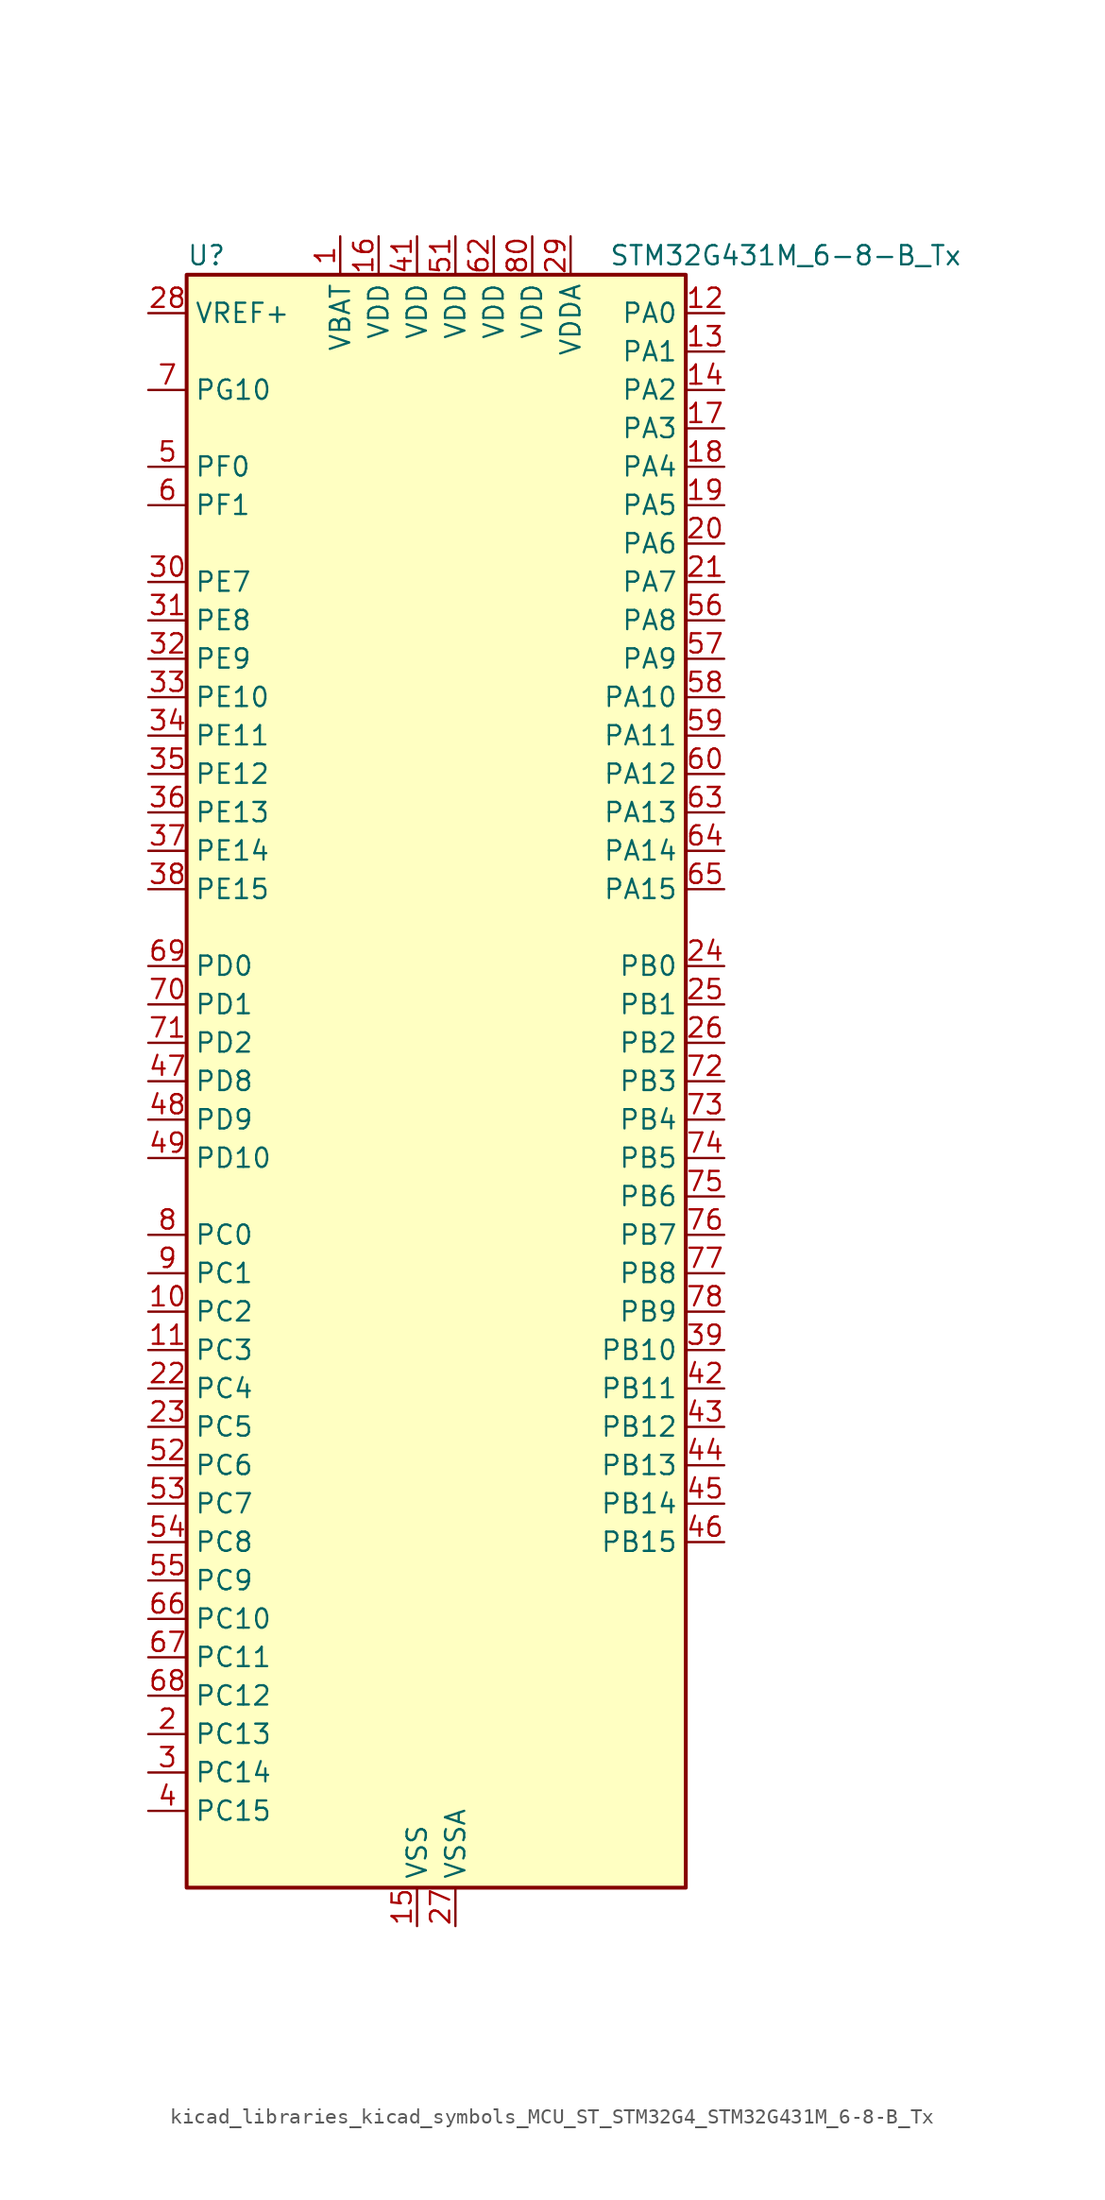
<source format=kicad_sym>
(kicad_symbol_lib
  (version 20220914)
  (generator kicad_symbol_editor)
  (symbol "kicad_libraries_kicad_symbols_MCU_ST_STM32G4_STM32G431M_6-8-B_Tx"
    (property "Reference" "U"
      (at -15.24 54.61 0)
      (effects (font (size 1.27 1.27)) (justify left)))
    (property "Value" "STM32G431M_6-8-B_Tx"
      (at 12.7 54.61 0)
      (effects (font (size 1.27 1.27)) (justify left)))
    (property "ki_locked" ""
      (at 0 0 0)
      (effects (font (size 1.27 1.27))))
    (symbol "kicad_libraries_kicad_symbols_MCU_ST_STM32G4_STM32G431M_6-8-B_Tx_0_1"
      (rectangle (start -15.24 -53.34) (end 17.78 53.34) (stroke (width 0.254) (type default)) (fill (type background))))
    (symbol "kicad_libraries_kicad_symbols_MCU_ST_STM32G4_STM32G431M_6-8-B_Tx_1_1"
      (pin power_in line (at -5.08 55.88 270) (length 2.54) (name "VBAT" (effects (font (size 1.27 1.27)))) (number "1" (effects (font (size 1.27 1.27)))))
      (pin bidirectional line (at -17.78 -15.24 0) (length 2.54) (name "PC2" (effects (font (size 1.27 1.27)))) (number "10" (effects (font (size 1.27 1.27)))) (alternate "ADC1_IN8" bidirectional line) (alternate "ADC2_IN8" bidirectional line) (alternate "COMP3_OUT" bidirectional line) (alternate "LPTIM1_IN2" bidirectional line) (alternate "TIM1_CH3" bidirectional line))
      (pin bidirectional line (at -17.78 -17.78 0) (length 2.54) (name "PC3" (effects (font (size 1.27 1.27)))) (number "11" (effects (font (size 1.27 1.27)))) (alternate "ADC1_IN9" bidirectional line) (alternate "ADC2_IN9" bidirectional line) (alternate "LPTIM1_ETR" bidirectional line) (alternate "SAI1_D1" bidirectional line) (alternate "SAI1_SD_A" bidirectional line) (alternate "TIM1_BKIN2" bidirectional line) (alternate "TIM1_CH4" bidirectional line))
      (pin bidirectional line (at 20.32 50.8 180) (length 2.54) (name "PA0" (effects (font (size 1.27 1.27)))) (number "12" (effects (font (size 1.27 1.27)))) (alternate "ADC1_IN1" bidirectional line) (alternate "ADC2_IN1" bidirectional line) (alternate "COMP1_INM" bidirectional line) (alternate "COMP1_OUT" bidirectional line) (alternate "COMP3_INP" bidirectional line) (alternate "RTC_TAMP2" bidirectional line) (alternate "SYS_WKUP1" bidirectional line) (alternate "TIM2_CH1" bidirectional line) (alternate "TIM2_ETR" bidirectional line) (alternate "TIM8_BKIN" bidirectional line) (alternate "TIM8_ETR" bidirectional line) (alternate "USART2_CTS" bidirectional line) (alternate "USART2_NSS" bidirectional line))
      (pin bidirectional line (at 20.32 48.26 180) (length 2.54) (name "PA1" (effects (font (size 1.27 1.27)))) (number "13" (effects (font (size 1.27 1.27)))) (alternate "ADC1_IN2" bidirectional line) (alternate "ADC2_IN2" bidirectional line) (alternate "COMP1_INP" bidirectional line) (alternate "OPAMP1_VINP" bidirectional line) (alternate "OPAMP1_VINP_SEC" bidirectional line) (alternate "OPAMP3_VINP" bidirectional line) (alternate "OPAMP3_VINP_SEC" bidirectional line) (alternate "RTC_REFIN" bidirectional line) (alternate "TIM15_CH1N" bidirectional line) (alternate "TIM2_CH2" bidirectional line) (alternate "USART2_DE" bidirectional line) (alternate "USART2_RTS" bidirectional line))
      (pin bidirectional line (at 20.32 45.72 180) (length 2.54) (name "PA2" (effects (font (size 1.27 1.27)))) (number "14" (effects (font (size 1.27 1.27)))) (alternate "ADC1_IN3" bidirectional line) (alternate "COMP2_INM" bidirectional line) (alternate "COMP2_OUT" bidirectional line) (alternate "LPUART1_TX" bidirectional line) (alternate "OPAMP1_VOUT" bidirectional line) (alternate "RCC_LSCO" bidirectional line) (alternate "SYS_WKUP4" bidirectional line) (alternate "TIM15_CH1" bidirectional line) (alternate "TIM2_CH3" bidirectional line) (alternate "UCPD1_FRSTX1" bidirectional line) (alternate "UCPD1_FRSTX2" bidirectional line) (alternate "USART2_TX" bidirectional line))
      (pin power_in line (at 0 -55.88 90) (length 2.54) (name "VSS" (effects (font (size 1.27 1.27)))) (number "15" (effects (font (size 1.27 1.27)))))
      (pin power_in line (at -2.54 55.88 270) (length 2.54) (name "VDD" (effects (font (size 1.27 1.27)))) (number "16" (effects (font (size 1.27 1.27)))))
      (pin bidirectional line (at 20.32 43.18 180) (length 2.54) (name "PA3" (effects (font (size 1.27 1.27)))) (number "17" (effects (font (size 1.27 1.27)))) (alternate "ADC1_IN4" bidirectional line) (alternate "COMP2_INP" bidirectional line) (alternate "LPUART1_RX" bidirectional line) (alternate "OPAMP1_VINM" bidirectional line) (alternate "OPAMP1_VINM0" bidirectional line) (alternate "OPAMP1_VINM_SEC" bidirectional line) (alternate "OPAMP1_VINP" bidirectional line) (alternate "OPAMP1_VINP_SEC" bidirectional line) (alternate "SAI1_CK1" bidirectional line) (alternate "SAI1_MCLK_A" bidirectional line) (alternate "TIM15_CH2" bidirectional line) (alternate "TIM2_CH4" bidirectional line) (alternate "USART2_RX" bidirectional line))
      (pin bidirectional line (at 20.32 40.64 180) (length 2.54) (name "PA4" (effects (font (size 1.27 1.27)))) (number "18" (effects (font (size 1.27 1.27)))) (alternate "ADC2_IN17" bidirectional line) (alternate "COMP1_INM" bidirectional line) (alternate "DAC1_OUT1" bidirectional line) (alternate "I2S3_WS" bidirectional line) (alternate "SAI1_FS_B" bidirectional line) (alternate "SPI1_NSS" bidirectional line) (alternate "SPI3_NSS" bidirectional line) (alternate "TIM3_CH2" bidirectional line) (alternate "USART2_CK" bidirectional line))
      (pin bidirectional line (at 20.32 38.1 180) (length 2.54) (name "PA5" (effects (font (size 1.27 1.27)))) (number "19" (effects (font (size 1.27 1.27)))) (alternate "ADC2_IN13" bidirectional line) (alternate "COMP2_INM" bidirectional line) (alternate "DAC1_OUT2" bidirectional line) (alternate "OPAMP2_VINM" bidirectional line) (alternate "OPAMP2_VINM0" bidirectional line) (alternate "OPAMP2_VINM_SEC" bidirectional line) (alternate "SPI1_SCK" bidirectional line) (alternate "TIM2_CH1" bidirectional line) (alternate "TIM2_ETR" bidirectional line) (alternate "UCPD1_FRSTX1" bidirectional line) (alternate "UCPD1_FRSTX2" bidirectional line))
      (pin bidirectional line (at -17.78 -43.18 0) (length 2.54) (name "PC13" (effects (font (size 1.27 1.27)))) (number "2" (effects (font (size 1.27 1.27)))) (alternate "RTC_OUT1" bidirectional line) (alternate "RTC_TAMP1" bidirectional line) (alternate "RTC_TS" bidirectional line) (alternate "SYS_WKUP2" bidirectional line) (alternate "TIM1_BKIN" bidirectional line) (alternate "TIM1_CH1N" bidirectional line) (alternate "TIM8_CH4N" bidirectional line))
      (pin bidirectional line (at 20.32 35.56 180) (length 2.54) (name "PA6" (effects (font (size 1.27 1.27)))) (number "20" (effects (font (size 1.27 1.27)))) (alternate "ADC2_IN3" bidirectional line) (alternate "COMP1_OUT" bidirectional line) (alternate "LPUART1_CTS" bidirectional line) (alternate "OPAMP2_VOUT" bidirectional line) (alternate "SPI1_MISO" bidirectional line) (alternate "TIM16_CH1" bidirectional line) (alternate "TIM1_BKIN" bidirectional line) (alternate "TIM3_CH1" bidirectional line) (alternate "TIM8_BKIN" bidirectional line))
      (pin bidirectional line (at 20.32 33.02 180) (length 2.54) (name "PA7" (effects (font (size 1.27 1.27)))) (number "21" (effects (font (size 1.27 1.27)))) (alternate "ADC2_IN4" bidirectional line) (alternate "COMP2_INP" bidirectional line) (alternate "COMP2_OUT" bidirectional line) (alternate "OPAMP1_VINP" bidirectional line) (alternate "OPAMP1_VINP_SEC" bidirectional line) (alternate "OPAMP2_VINP" bidirectional line) (alternate "OPAMP2_VINP_SEC" bidirectional line) (alternate "SPI1_MOSI" bidirectional line) (alternate "TIM17_CH1" bidirectional line) (alternate "TIM1_CH1N" bidirectional line) (alternate "TIM3_CH2" bidirectional line) (alternate "TIM8_CH1N" bidirectional line) (alternate "UCPD1_FRSTX1" bidirectional line) (alternate "UCPD1_FRSTX2" bidirectional line))
      (pin bidirectional line (at -17.78 -20.32 0) (length 2.54) (name "PC4" (effects (font (size 1.27 1.27)))) (number "22" (effects (font (size 1.27 1.27)))) (alternate "ADC2_IN5" bidirectional line) (alternate "I2C2_SCL" bidirectional line) (alternate "TIM1_ETR" bidirectional line) (alternate "USART1_TX" bidirectional line))
      (pin bidirectional line (at -17.78 -22.86 0) (length 2.54) (name "PC5" (effects (font (size 1.27 1.27)))) (number "23" (effects (font (size 1.27 1.27)))) (alternate "ADC2_IN11" bidirectional line) (alternate "OPAMP1_VINM" bidirectional line) (alternate "OPAMP1_VINM1" bidirectional line) (alternate "OPAMP1_VINM_SEC" bidirectional line) (alternate "OPAMP2_VINM" bidirectional line) (alternate "OPAMP2_VINM1" bidirectional line) (alternate "OPAMP2_VINM_SEC" bidirectional line) (alternate "SAI1_D3" bidirectional line) (alternate "SYS_WKUP5" bidirectional line) (alternate "TIM15_BKIN" bidirectional line) (alternate "TIM1_CH4N" bidirectional line) (alternate "USART1_RX" bidirectional line))
      (pin bidirectional line (at 20.32 7.62 180) (length 2.54) (name "PB0" (effects (font (size 1.27 1.27)))) (number "24" (effects (font (size 1.27 1.27)))) (alternate "ADC1_IN15" bidirectional line) (alternate "COMP4_INP" bidirectional line) (alternate "OPAMP2_VINP" bidirectional line) (alternate "OPAMP2_VINP_SEC" bidirectional line) (alternate "OPAMP3_VINP" bidirectional line) (alternate "OPAMP3_VINP_SEC" bidirectional line) (alternate "TIM1_CH2N" bidirectional line) (alternate "TIM3_CH3" bidirectional line) (alternate "TIM8_CH2N" bidirectional line) (alternate "UCPD1_FRSTX1" bidirectional line) (alternate "UCPD1_FRSTX2" bidirectional line))
      (pin bidirectional line (at 20.32 5.08 180) (length 2.54) (name "PB1" (effects (font (size 1.27 1.27)))) (number "25" (effects (font (size 1.27 1.27)))) (alternate "ADC1_IN12" bidirectional line) (alternate "COMP1_INP" bidirectional line) (alternate "COMP4_OUT" bidirectional line) (alternate "LPUART1_DE" bidirectional line) (alternate "LPUART1_RTS" bidirectional line) (alternate "OPAMP3_VOUT" bidirectional line) (alternate "TIM1_CH3N" bidirectional line) (alternate "TIM3_CH4" bidirectional line) (alternate "TIM8_CH3N" bidirectional line))
      (pin bidirectional line (at 20.32 2.54 180) (length 2.54) (name "PB2" (effects (font (size 1.27 1.27)))) (number "26" (effects (font (size 1.27 1.27)))) (alternate "ADC2_IN12" bidirectional line) (alternate "COMP4_INM" bidirectional line) (alternate "I2C3_SMBA" bidirectional line) (alternate "LPTIM1_OUT" bidirectional line) (alternate "OPAMP3_VINM" bidirectional line) (alternate "OPAMP3_VINM0" bidirectional line) (alternate "OPAMP3_VINM_SEC" bidirectional line) (alternate "RTC_OUT2" bidirectional line))
      (pin power_in line (at 2.54 -55.88 90) (length 2.54) (name "VSSA" (effects (font (size 1.27 1.27)))) (number "27" (effects (font (size 1.27 1.27)))))
      (pin input line (at -17.78 50.8 0) (length 2.54) (name "VREF+" (effects (font (size 1.27 1.27)))) (number "28" (effects (font (size 1.27 1.27)))) (alternate "VREFBUF_OUT" bidirectional line))
      (pin power_in line (at 10.16 55.88 270) (length 2.54) (name "VDDA" (effects (font (size 1.27 1.27)))) (number "29" (effects (font (size 1.27 1.27)))))
      (pin bidirectional line (at -17.78 -45.72 0) (length 2.54) (name "PC14" (effects (font (size 1.27 1.27)))) (number "3" (effects (font (size 1.27 1.27)))) (alternate "RCC_OSC32_IN" bidirectional line))
      (pin bidirectional line (at -17.78 33.02 0) (length 2.54) (name "PE7" (effects (font (size 1.27 1.27)))) (number "30" (effects (font (size 1.27 1.27)))) (alternate "COMP4_INP" bidirectional line) (alternate "SAI1_SD_B" bidirectional line) (alternate "TIM1_ETR" bidirectional line))
      (pin bidirectional line (at -17.78 30.48 0) (length 2.54) (name "PE8" (effects (font (size 1.27 1.27)))) (number "31" (effects (font (size 1.27 1.27)))) (alternate "COMP4_INM" bidirectional line) (alternate "SAI1_SCK_B" bidirectional line) (alternate "TIM1_CH1N" bidirectional line))
      (pin bidirectional line (at -17.78 27.94 0) (length 2.54) (name "PE9" (effects (font (size 1.27 1.27)))) (number "32" (effects (font (size 1.27 1.27)))) (alternate "DAC1_EXTI9" bidirectional line) (alternate "DAC3_EXTI9" bidirectional line) (alternate "SAI1_FS_B" bidirectional line) (alternate "TIM1_CH1" bidirectional line))
      (pin bidirectional line (at -17.78 25.4 0) (length 2.54) (name "PE10" (effects (font (size 1.27 1.27)))) (number "33" (effects (font (size 1.27 1.27)))) (alternate "DAC1_EXTI10" bidirectional line) (alternate "DAC3_EXTI10" bidirectional line) (alternate "SAI1_MCLK_B" bidirectional line) (alternate "TIM1_CH2N" bidirectional line))
      (pin bidirectional line (at -17.78 22.86 0) (length 2.54) (name "PE11" (effects (font (size 1.27 1.27)))) (number "34" (effects (font (size 1.27 1.27)))) (alternate "ADC1_EXTI11" bidirectional line) (alternate "ADC2_EXTI11" bidirectional line) (alternate "TIM1_CH2" bidirectional line))
      (pin bidirectional line (at -17.78 20.32 0) (length 2.54) (name "PE12" (effects (font (size 1.27 1.27)))) (number "35" (effects (font (size 1.27 1.27)))) (alternate "TIM1_CH3N" bidirectional line))
      (pin bidirectional line (at -17.78 17.78 0) (length 2.54) (name "PE13" (effects (font (size 1.27 1.27)))) (number "36" (effects (font (size 1.27 1.27)))) (alternate "TIM1_CH3" bidirectional line))
      (pin bidirectional line (at -17.78 15.24 0) (length 2.54) (name "PE14" (effects (font (size 1.27 1.27)))) (number "37" (effects (font (size 1.27 1.27)))) (alternate "TIM1_BKIN2" bidirectional line) (alternate "TIM1_CH4" bidirectional line))
      (pin bidirectional line (at -17.78 12.7 0) (length 2.54) (name "PE15" (effects (font (size 1.27 1.27)))) (number "38" (effects (font (size 1.27 1.27)))) (alternate "ADC1_EXTI15" bidirectional line) (alternate "ADC2_EXTI15" bidirectional line) (alternate "TIM1_BKIN" bidirectional line) (alternate "TIM1_CH4N" bidirectional line) (alternate "USART3_RX" bidirectional line))
      (pin bidirectional line (at 20.32 -17.78 180) (length 2.54) (name "PB10" (effects (font (size 1.27 1.27)))) (number "39" (effects (font (size 1.27 1.27)))) (alternate "DAC1_EXTI10" bidirectional line) (alternate "DAC3_EXTI10" bidirectional line) (alternate "LPUART1_RX" bidirectional line) (alternate "OPAMP3_VINM" bidirectional line) (alternate "OPAMP3_VINM1" bidirectional line) (alternate "OPAMP3_VINM_SEC" bidirectional line) (alternate "SAI1_SCK_A" bidirectional line) (alternate "TIM1_BKIN" bidirectional line) (alternate "TIM2_CH3" bidirectional line) (alternate "USART3_TX" bidirectional line))
      (pin bidirectional line (at -17.78 -48.26 0) (length 2.54) (name "PC15" (effects (font (size 1.27 1.27)))) (number "4" (effects (font (size 1.27 1.27)))) (alternate "ADC1_EXTI15" bidirectional line) (alternate "ADC2_EXTI15" bidirectional line) (alternate "RCC_OSC32_OUT" bidirectional line))
      (pin passive line (at 0 -55.88 90) (length 2.54) hide (name "VSS" (effects (font (size 1.27 1.27)))) (number "40" (effects (font (size 1.27 1.27)))))
      (pin power_in line (at 0 55.88 270) (length 2.54) (name "VDD" (effects (font (size 1.27 1.27)))) (number "41" (effects (font (size 1.27 1.27)))))
      (pin bidirectional line (at 20.32 -20.32 180) (length 2.54) (name "PB11" (effects (font (size 1.27 1.27)))) (number "42" (effects (font (size 1.27 1.27)))) (alternate "ADC1_EXTI11" bidirectional line) (alternate "ADC1_IN14" bidirectional line) (alternate "ADC2_EXTI11" bidirectional line) (alternate "ADC2_IN14" bidirectional line) (alternate "LPUART1_TX" bidirectional line) (alternate "TIM2_CH4" bidirectional line) (alternate "USART3_RX" bidirectional line))
      (pin bidirectional line (at 20.32 -22.86 180) (length 2.54) (name "PB12" (effects (font (size 1.27 1.27)))) (number "43" (effects (font (size 1.27 1.27)))) (alternate "ADC1_IN11" bidirectional line) (alternate "I2C2_SMBA" bidirectional line) (alternate "I2S2_WS" bidirectional line) (alternate "LPUART1_DE" bidirectional line) (alternate "LPUART1_RTS" bidirectional line) (alternate "SPI2_NSS" bidirectional line) (alternate "TIM1_BKIN" bidirectional line) (alternate "USART3_CK" bidirectional line))
      (pin bidirectional line (at 20.32 -25.4 180) (length 2.54) (name "PB13" (effects (font (size 1.27 1.27)))) (number "44" (effects (font (size 1.27 1.27)))) (alternate "I2S2_CK" bidirectional line) (alternate "LPUART1_CTS" bidirectional line) (alternate "OPAMP3_VINP" bidirectional line) (alternate "OPAMP3_VINP_SEC" bidirectional line) (alternate "SPI2_SCK" bidirectional line) (alternate "TIM1_CH1N" bidirectional line) (alternate "USART3_CTS" bidirectional line) (alternate "USART3_NSS" bidirectional line))
      (pin bidirectional line (at 20.32 -27.94 180) (length 2.54) (name "PB14" (effects (font (size 1.27 1.27)))) (number "45" (effects (font (size 1.27 1.27)))) (alternate "ADC1_IN5" bidirectional line) (alternate "COMP4_OUT" bidirectional line) (alternate "OPAMP2_VINP" bidirectional line) (alternate "OPAMP2_VINP_SEC" bidirectional line) (alternate "SPI2_MISO" bidirectional line) (alternate "TIM15_CH1" bidirectional line) (alternate "TIM1_CH2N" bidirectional line) (alternate "USART3_DE" bidirectional line) (alternate "USART3_RTS" bidirectional line))
      (pin bidirectional line (at 20.32 -30.48 180) (length 2.54) (name "PB15" (effects (font (size 1.27 1.27)))) (number "46" (effects (font (size 1.27 1.27)))) (alternate "ADC1_EXTI15" bidirectional line) (alternate "ADC2_EXTI15" bidirectional line) (alternate "ADC2_IN15" bidirectional line) (alternate "COMP3_OUT" bidirectional line) (alternate "I2S2_SD" bidirectional line) (alternate "RTC_REFIN" bidirectional line) (alternate "SPI2_MOSI" bidirectional line) (alternate "TIM15_CH1N" bidirectional line) (alternate "TIM15_CH2" bidirectional line) (alternate "TIM1_CH3N" bidirectional line))
      (pin bidirectional line (at -17.78 0 0) (length 2.54) (name "PD8" (effects (font (size 1.27 1.27)))) (number "47" (effects (font (size 1.27 1.27)))) (alternate "USART3_TX" bidirectional line))
      (pin bidirectional line (at -17.78 -2.54 0) (length 2.54) (name "PD9" (effects (font (size 1.27 1.27)))) (number "48" (effects (font (size 1.27 1.27)))) (alternate "DAC1_EXTI9" bidirectional line) (alternate "DAC3_EXTI9" bidirectional line) (alternate "USART3_RX" bidirectional line))
      (pin bidirectional line (at -17.78 -5.08 0) (length 2.54) (name "PD10" (effects (font (size 1.27 1.27)))) (number "49" (effects (font (size 1.27 1.27)))) (alternate "DAC1_EXTI10" bidirectional line) (alternate "DAC3_EXTI10" bidirectional line) (alternate "USART3_CK" bidirectional line))
      (pin bidirectional line (at -17.78 40.64 0) (length 2.54) (name "PF0" (effects (font (size 1.27 1.27)))) (number "5" (effects (font (size 1.27 1.27)))) (alternate "ADC1_IN10" bidirectional line) (alternate "I2C2_SDA" bidirectional line) (alternate "I2S2_WS" bidirectional line) (alternate "RCC_OSC_IN" bidirectional line) (alternate "SPI2_NSS" bidirectional line) (alternate "TIM1_CH3N" bidirectional line))
      (pin passive line (at 0 -55.88 90) (length 2.54) hide (name "VSS" (effects (font (size 1.27 1.27)))) (number "50" (effects (font (size 1.27 1.27)))))
      (pin power_in line (at 2.54 55.88 270) (length 2.54) (name "VDD" (effects (font (size 1.27 1.27)))) (number "51" (effects (font (size 1.27 1.27)))))
      (pin bidirectional line (at -17.78 -25.4 0) (length 2.54) (name "PC6" (effects (font (size 1.27 1.27)))) (number "52" (effects (font (size 1.27 1.27)))) (alternate "I2S2_MCK" bidirectional line) (alternate "TIM3_CH1" bidirectional line) (alternate "TIM8_CH1" bidirectional line))
      (pin bidirectional line (at -17.78 -27.94 0) (length 2.54) (name "PC7" (effects (font (size 1.27 1.27)))) (number "53" (effects (font (size 1.27 1.27)))) (alternate "I2S3_MCK" bidirectional line) (alternate "TIM3_CH2" bidirectional line) (alternate "TIM8_CH2" bidirectional line))
      (pin bidirectional line (at -17.78 -30.48 0) (length 2.54) (name "PC8" (effects (font (size 1.27 1.27)))) (number "54" (effects (font (size 1.27 1.27)))) (alternate "I2C3_SCL" bidirectional line) (alternate "TIM3_CH3" bidirectional line) (alternate "TIM8_CH3" bidirectional line))
      (pin bidirectional line (at -17.78 -33.02 0) (length 2.54) (name "PC9" (effects (font (size 1.27 1.27)))) (number "55" (effects (font (size 1.27 1.27)))) (alternate "DAC1_EXTI9" bidirectional line) (alternate "DAC3_EXTI9" bidirectional line) (alternate "I2C3_SDA" bidirectional line) (alternate "I2S_CKIN" bidirectional line) (alternate "TIM3_CH4" bidirectional line) (alternate "TIM8_BKIN2" bidirectional line) (alternate "TIM8_CH4" bidirectional line))
      (pin bidirectional line (at 20.32 30.48 180) (length 2.54) (name "PA8" (effects (font (size 1.27 1.27)))) (number "56" (effects (font (size 1.27 1.27)))) (alternate "I2C2_SDA" bidirectional line) (alternate "I2C3_SCL" bidirectional line) (alternate "I2S2_MCK" bidirectional line) (alternate "RCC_MCO" bidirectional line) (alternate "SAI1_CK2" bidirectional line) (alternate "SAI1_SCK_A" bidirectional line) (alternate "TIM1_CH1" bidirectional line) (alternate "TIM4_ETR" bidirectional line) (alternate "USART1_CK" bidirectional line))
      (pin bidirectional line (at 20.32 27.94 180) (length 2.54) (name "PA9" (effects (font (size 1.27 1.27)))) (number "57" (effects (font (size 1.27 1.27)))) (alternate "DAC1_EXTI9" bidirectional line) (alternate "DAC3_EXTI9" bidirectional line) (alternate "I2C2_SCL" bidirectional line) (alternate "I2C3_SMBA" bidirectional line) (alternate "I2S3_MCK" bidirectional line) (alternate "SAI1_FS_A" bidirectional line) (alternate "TIM15_BKIN" bidirectional line) (alternate "TIM1_CH2" bidirectional line) (alternate "TIM2_CH3" bidirectional line) (alternate "UCPD1_DBCC1" bidirectional line) (alternate "USART1_TX" bidirectional line))
      (pin bidirectional line (at 20.32 25.4 180) (length 2.54) (name "PA10" (effects (font (size 1.27 1.27)))) (number "58" (effects (font (size 1.27 1.27)))) (alternate "CRS_SYNC" bidirectional line) (alternate "DAC1_EXTI10" bidirectional line) (alternate "DAC3_EXTI10" bidirectional line) (alternate "I2C2_SMBA" bidirectional line) (alternate "SAI1_D1" bidirectional line) (alternate "SAI1_SD_A" bidirectional line) (alternate "SPI2_MISO" bidirectional line) (alternate "TIM17_BKIN" bidirectional line) (alternate "TIM1_CH3" bidirectional line) (alternate "TIM2_CH4" bidirectional line) (alternate "TIM8_BKIN" bidirectional line) (alternate "UCPD1_DBCC2" bidirectional line) (alternate "USART1_RX" bidirectional line))
      (pin bidirectional line (at 20.32 22.86 180) (length 2.54) (name "PA11" (effects (font (size 1.27 1.27)))) (number "59" (effects (font (size 1.27 1.27)))) (alternate "ADC1_EXTI11" bidirectional line) (alternate "ADC2_EXTI11" bidirectional line) (alternate "COMP1_OUT" bidirectional line) (alternate "FDCAN1_RX" bidirectional line) (alternate "I2S2_SD" bidirectional line) (alternate "SPI2_MOSI" bidirectional line) (alternate "TIM1_BKIN2" bidirectional line) (alternate "TIM1_CH1N" bidirectional line) (alternate "TIM1_CH4" bidirectional line) (alternate "TIM4_CH1" bidirectional line) (alternate "USART1_CTS" bidirectional line) (alternate "USART1_NSS" bidirectional line) (alternate "USB_DM" bidirectional line))
      (pin bidirectional line (at -17.78 38.1 0) (length 2.54) (name "PF1" (effects (font (size 1.27 1.27)))) (number "6" (effects (font (size 1.27 1.27)))) (alternate "ADC2_IN10" bidirectional line) (alternate "COMP3_INM" bidirectional line) (alternate "I2S2_CK" bidirectional line) (alternate "RCC_OSC_OUT" bidirectional line) (alternate "SPI2_SCK" bidirectional line))
      (pin bidirectional line (at 20.32 20.32 180) (length 2.54) (name "PA12" (effects (font (size 1.27 1.27)))) (number "60" (effects (font (size 1.27 1.27)))) (alternate "COMP2_OUT" bidirectional line) (alternate "FDCAN1_TX" bidirectional line) (alternate "I2S_CKIN" bidirectional line) (alternate "TIM16_CH1" bidirectional line) (alternate "TIM1_CH2N" bidirectional line) (alternate "TIM1_ETR" bidirectional line) (alternate "TIM4_CH2" bidirectional line) (alternate "USART1_DE" bidirectional line) (alternate "USART1_RTS" bidirectional line) (alternate "USB_DP" bidirectional line))
      (pin passive line (at 0 -55.88 90) (length 2.54) hide (name "VSS" (effects (font (size 1.27 1.27)))) (number "61" (effects (font (size 1.27 1.27)))))
      (pin power_in line (at 5.08 55.88 270) (length 2.54) (name "VDD" (effects (font (size 1.27 1.27)))) (number "62" (effects (font (size 1.27 1.27)))))
      (pin bidirectional line (at 20.32 17.78 180) (length 2.54) (name "PA13" (effects (font (size 1.27 1.27)))) (number "63" (effects (font (size 1.27 1.27)))) (alternate "I2C1_SCL" bidirectional line) (alternate "IR_OUT" bidirectional line) (alternate "SAI1_SD_B" bidirectional line) (alternate "SYS_JTMS-SWDIO" bidirectional line) (alternate "TIM16_CH1N" bidirectional line) (alternate "TIM4_CH3" bidirectional line) (alternate "USART3_CTS" bidirectional line) (alternate "USART3_NSS" bidirectional line))
      (pin bidirectional line (at 20.32 15.24 180) (length 2.54) (name "PA14" (effects (font (size 1.27 1.27)))) (number "64" (effects (font (size 1.27 1.27)))) (alternate "I2C1_SDA" bidirectional line) (alternate "LPTIM1_OUT" bidirectional line) (alternate "SAI1_FS_B" bidirectional line) (alternate "SYS_JTCK-SWCLK" bidirectional line) (alternate "TIM1_BKIN" bidirectional line) (alternate "TIM8_CH2" bidirectional line) (alternate "USART2_TX" bidirectional line))
      (pin bidirectional line (at 20.32 12.7 180) (length 2.54) (name "PA15" (effects (font (size 1.27 1.27)))) (number "65" (effects (font (size 1.27 1.27)))) (alternate "ADC1_EXTI15" bidirectional line) (alternate "ADC2_EXTI15" bidirectional line) (alternate "I2C1_SCL" bidirectional line) (alternate "I2S3_WS" bidirectional line) (alternate "SPI1_NSS" bidirectional line) (alternate "SPI3_NSS" bidirectional line) (alternate "SYS_JTDI" bidirectional line) (alternate "TIM1_BKIN" bidirectional line) (alternate "TIM2_CH1" bidirectional line) (alternate "TIM2_ETR" bidirectional line) (alternate "TIM8_CH1" bidirectional line) (alternate "UART4_DE" bidirectional line) (alternate "UART4_RTS" bidirectional line) (alternate "USART2_RX" bidirectional line))
      (pin bidirectional line (at -17.78 -35.56 0) (length 2.54) (name "PC10" (effects (font (size 1.27 1.27)))) (number "66" (effects (font (size 1.27 1.27)))) (alternate "DAC1_EXTI10" bidirectional line) (alternate "DAC3_EXTI10" bidirectional line) (alternate "I2S3_CK" bidirectional line) (alternate "SPI3_SCK" bidirectional line) (alternate "TIM8_CH1N" bidirectional line) (alternate "UART4_TX" bidirectional line) (alternate "USART3_TX" bidirectional line))
      (pin bidirectional line (at -17.78 -38.1 0) (length 2.54) (name "PC11" (effects (font (size 1.27 1.27)))) (number "67" (effects (font (size 1.27 1.27)))) (alternate "ADC1_EXTI11" bidirectional line) (alternate "ADC2_EXTI11" bidirectional line) (alternate "I2C3_SDA" bidirectional line) (alternate "SPI3_MISO" bidirectional line) (alternate "TIM8_CH2N" bidirectional line) (alternate "UART4_RX" bidirectional line) (alternate "USART3_RX" bidirectional line))
      (pin bidirectional line (at -17.78 -40.64 0) (length 2.54) (name "PC12" (effects (font (size 1.27 1.27)))) (number "68" (effects (font (size 1.27 1.27)))) (alternate "I2S3_SD" bidirectional line) (alternate "SPI3_MOSI" bidirectional line) (alternate "TIM8_CH3N" bidirectional line) (alternate "UCPD1_FRSTX1" bidirectional line) (alternate "UCPD1_FRSTX2" bidirectional line) (alternate "USART3_CK" bidirectional line))
      (pin bidirectional line (at -17.78 7.62 0) (length 2.54) (name "PD0" (effects (font (size 1.27 1.27)))) (number "69" (effects (font (size 1.27 1.27)))) (alternate "FDCAN1_RX" bidirectional line) (alternate "TIM8_CH4N" bidirectional line))
      (pin bidirectional line (at -17.78 45.72 0) (length 2.54) (name "PG10" (effects (font (size 1.27 1.27)))) (number "7" (effects (font (size 1.27 1.27)))) (alternate "DAC1_EXTI10" bidirectional line) (alternate "DAC3_EXTI10" bidirectional line) (alternate "RCC_MCO" bidirectional line))
      (pin bidirectional line (at -17.78 5.08 0) (length 2.54) (name "PD1" (effects (font (size 1.27 1.27)))) (number "70" (effects (font (size 1.27 1.27)))) (alternate "FDCAN1_TX" bidirectional line) (alternate "TIM8_BKIN2" bidirectional line) (alternate "TIM8_CH4" bidirectional line))
      (pin bidirectional line (at -17.78 2.54 0) (length 2.54) (name "PD2" (effects (font (size 1.27 1.27)))) (number "71" (effects (font (size 1.27 1.27)))) (alternate "TIM3_ETR" bidirectional line) (alternate "TIM8_BKIN" bidirectional line))
      (pin bidirectional line (at 20.32 0 180) (length 2.54) (name "PB3" (effects (font (size 1.27 1.27)))) (number "72" (effects (font (size 1.27 1.27)))) (alternate "CRS_SYNC" bidirectional line) (alternate "I2S3_CK" bidirectional line) (alternate "SAI1_SCK_B" bidirectional line) (alternate "SPI1_SCK" bidirectional line) (alternate "SPI3_SCK" bidirectional line) (alternate "SYS_JTDO-SWO" bidirectional line) (alternate "TIM2_CH2" bidirectional line) (alternate "TIM3_ETR" bidirectional line) (alternate "TIM4_ETR" bidirectional line) (alternate "TIM8_CH1N" bidirectional line) (alternate "USART2_TX" bidirectional line))
      (pin bidirectional line (at 20.32 -2.54 180) (length 2.54) (name "PB4" (effects (font (size 1.27 1.27)))) (number "73" (effects (font (size 1.27 1.27)))) (alternate "SAI1_MCLK_B" bidirectional line) (alternate "SPI1_MISO" bidirectional line) (alternate "SPI3_MISO" bidirectional line) (alternate "SYS_JTRST" bidirectional line) (alternate "TIM16_CH1" bidirectional line) (alternate "TIM17_BKIN" bidirectional line) (alternate "TIM3_CH1" bidirectional line) (alternate "TIM8_CH2N" bidirectional line) (alternate "UCPD1_CC2" bidirectional line) (alternate "USART2_RX" bidirectional line))
      (pin bidirectional line (at 20.32 -5.08 180) (length 2.54) (name "PB5" (effects (font (size 1.27 1.27)))) (number "74" (effects (font (size 1.27 1.27)))) (alternate "I2C1_SMBA" bidirectional line) (alternate "I2C3_SDA" bidirectional line) (alternate "I2S3_SD" bidirectional line) (alternate "LPTIM1_IN1" bidirectional line) (alternate "SAI1_SD_B" bidirectional line) (alternate "SPI1_MOSI" bidirectional line) (alternate "SPI3_MOSI" bidirectional line) (alternate "TIM16_BKIN" bidirectional line) (alternate "TIM17_CH1" bidirectional line) (alternate "TIM3_CH2" bidirectional line) (alternate "TIM8_CH3N" bidirectional line) (alternate "USART2_CK" bidirectional line))
      (pin bidirectional line (at 20.32 -7.62 180) (length 2.54) (name "PB6" (effects (font (size 1.27 1.27)))) (number "75" (effects (font (size 1.27 1.27)))) (alternate "COMP4_OUT" bidirectional line) (alternate "LPTIM1_ETR" bidirectional line) (alternate "SAI1_FS_B" bidirectional line) (alternate "TIM16_CH1N" bidirectional line) (alternate "TIM4_CH1" bidirectional line) (alternate "TIM8_BKIN2" bidirectional line) (alternate "TIM8_CH1" bidirectional line) (alternate "TIM8_ETR" bidirectional line) (alternate "UCPD1_CC1" bidirectional line) (alternate "USART1_TX" bidirectional line))
      (pin bidirectional line (at 20.32 -10.16 180) (length 2.54) (name "PB7" (effects (font (size 1.27 1.27)))) (number "76" (effects (font (size 1.27 1.27)))) (alternate "COMP3_OUT" bidirectional line) (alternate "I2C1_SDA" bidirectional line) (alternate "LPTIM1_IN2" bidirectional line) (alternate "SYS_PVD_IN" bidirectional line) (alternate "TIM17_CH1N" bidirectional line) (alternate "TIM3_CH4" bidirectional line) (alternate "TIM4_CH2" bidirectional line) (alternate "TIM8_BKIN" bidirectional line) (alternate "UART4_CTS" bidirectional line) (alternate "USART1_RX" bidirectional line))
      (pin bidirectional line (at 20.32 -12.7 180) (length 2.54) (name "PB8" (effects (font (size 1.27 1.27)))) (number "77" (effects (font (size 1.27 1.27)))) (alternate "COMP1_OUT" bidirectional line) (alternate "FDCAN1_RX" bidirectional line) (alternate "I2C1_SCL" bidirectional line) (alternate "SAI1_CK1" bidirectional line) (alternate "SAI1_MCLK_A" bidirectional line) (alternate "TIM16_CH1" bidirectional line) (alternate "TIM1_BKIN" bidirectional line) (alternate "TIM4_CH3" bidirectional line) (alternate "TIM8_CH2" bidirectional line) (alternate "USART3_RX" bidirectional line))
      (pin bidirectional line (at 20.32 -15.24 180) (length 2.54) (name "PB9" (effects (font (size 1.27 1.27)))) (number "78" (effects (font (size 1.27 1.27)))) (alternate "COMP2_OUT" bidirectional line) (alternate "DAC1_EXTI9" bidirectional line) (alternate "DAC3_EXTI9" bidirectional line) (alternate "FDCAN1_TX" bidirectional line) (alternate "I2C1_SDA" bidirectional line) (alternate "IR_OUT" bidirectional line) (alternate "SAI1_D2" bidirectional line) (alternate "SAI1_FS_A" bidirectional line) (alternate "TIM17_CH1" bidirectional line) (alternate "TIM1_CH3N" bidirectional line) (alternate "TIM4_CH4" bidirectional line) (alternate "TIM8_CH3" bidirectional line) (alternate "USART3_TX" bidirectional line))
      (pin passive line (at 0 -55.88 90) (length 2.54) hide (name "VSS" (effects (font (size 1.27 1.27)))) (number "79" (effects (font (size 1.27 1.27)))))
      (pin bidirectional line (at -17.78 -10.16 0) (length 2.54) (name "PC0" (effects (font (size 1.27 1.27)))) (number "8" (effects (font (size 1.27 1.27)))) (alternate "ADC1_IN6" bidirectional line) (alternate "ADC2_IN6" bidirectional line) (alternate "COMP3_INM" bidirectional line) (alternate "LPTIM1_IN1" bidirectional line) (alternate "LPUART1_RX" bidirectional line) (alternate "TIM1_CH1" bidirectional line))
      (pin power_in line (at 7.62 55.88 270) (length 2.54) (name "VDD" (effects (font (size 1.27 1.27)))) (number "80" (effects (font (size 1.27 1.27)))))
      (pin bidirectional line (at -17.78 -12.7 0) (length 2.54) (name "PC1" (effects (font (size 1.27 1.27)))) (number "9" (effects (font (size 1.27 1.27)))) (alternate "ADC1_IN7" bidirectional line) (alternate "ADC2_IN7" bidirectional line) (alternate "COMP3_INP" bidirectional line) (alternate "LPTIM1_OUT" bidirectional line) (alternate "LPUART1_TX" bidirectional line) (alternate "SAI1_SD_A" bidirectional line) (alternate "TIM1_CH2" bidirectional line)))))
</source>
